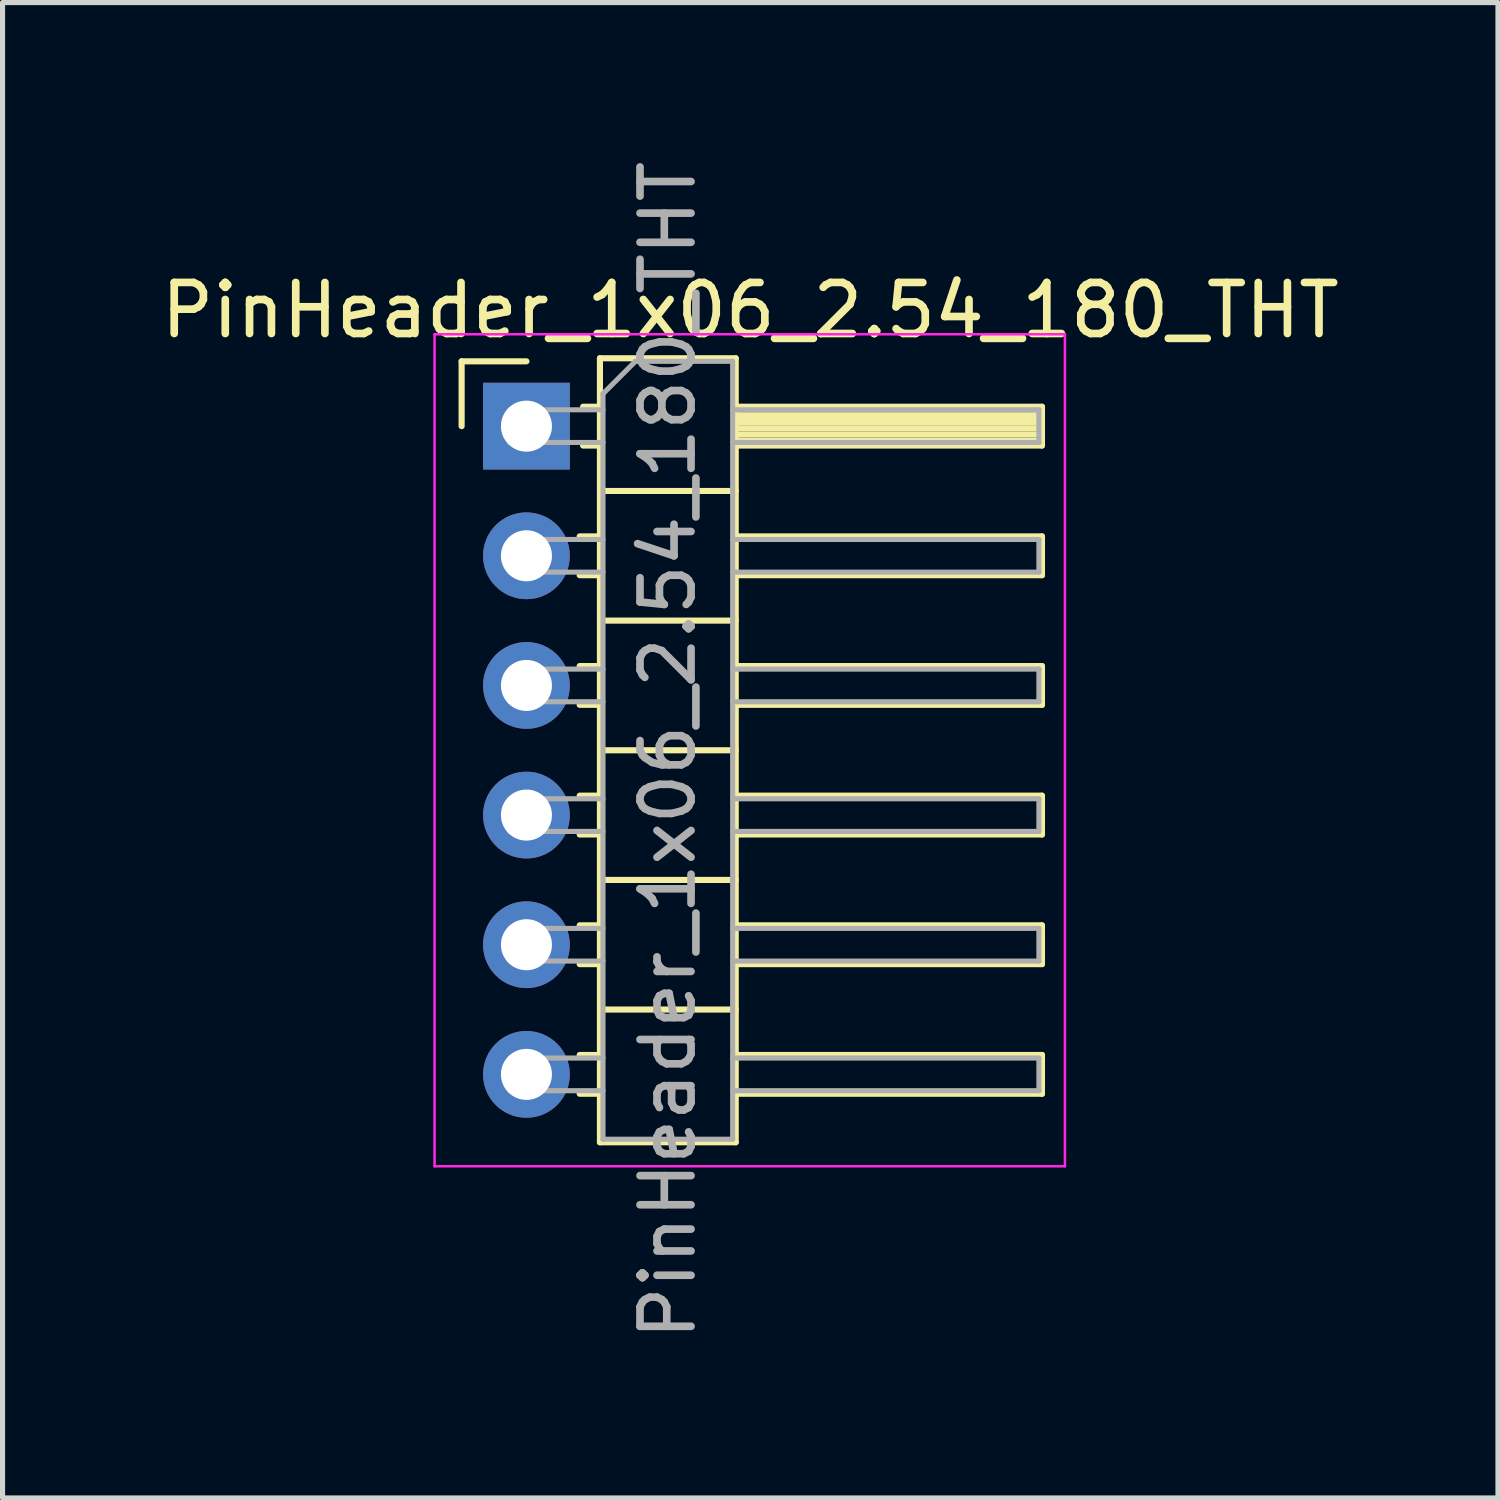
<source format=kicad_pcb>
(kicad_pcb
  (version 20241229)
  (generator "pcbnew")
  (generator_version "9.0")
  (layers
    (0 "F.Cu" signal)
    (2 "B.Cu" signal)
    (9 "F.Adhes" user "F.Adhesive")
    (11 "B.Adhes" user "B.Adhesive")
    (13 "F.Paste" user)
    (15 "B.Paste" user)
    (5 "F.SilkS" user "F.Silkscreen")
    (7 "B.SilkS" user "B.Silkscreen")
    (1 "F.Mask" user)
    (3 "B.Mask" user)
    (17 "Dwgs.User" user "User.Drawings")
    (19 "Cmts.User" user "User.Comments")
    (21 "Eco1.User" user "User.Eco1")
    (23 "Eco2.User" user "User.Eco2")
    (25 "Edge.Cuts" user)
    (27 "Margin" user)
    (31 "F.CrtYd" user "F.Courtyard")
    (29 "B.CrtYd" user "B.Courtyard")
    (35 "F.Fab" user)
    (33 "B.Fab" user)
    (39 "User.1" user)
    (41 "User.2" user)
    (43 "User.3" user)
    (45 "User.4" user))
  (footprint "PinHeader_1x06_2.54_180_THT"
    (layer "F.Cu")
    (at 7.264 5.299)
    (property "Reference" "PinHeader_1x06_2.54_180_THT" (at 4.385 -2.27 0) (layer "F.SilkS") (effects (font (size 1 1) (thickness 0.15))))
    (attr through_hole)
    (fp_line (start -1.27 -1.27) (end 0 -1.27) (stroke (width 0.12) (type solid)) (layer "F.SilkS"))
    (fp_line (start -1.27 0) (end -1.27 -1.27) (stroke (width 0.12) (type solid)) (layer "F.SilkS"))
    (fp_line (start 1.043 2.16) (end 1.44 2.16) (stroke (width 0.12) (type solid)) (layer "F.SilkS"))
    (fp_line (start 1.043 2.92) (end 1.44 2.92) (stroke (width 0.12) (type solid)) (layer "F.SilkS"))
    (fp_line (start 1.043 4.7) (end 1.44 4.7) (stroke (width 0.12) (type solid)) (layer "F.SilkS"))
    (fp_line (start 1.043 5.46) (end 1.44 5.46) (stroke (width 0.12) (type solid)) (layer "F.SilkS"))
    (fp_line (start 1.043 7.24) (end 1.44 7.24) (stroke (width 0.12) (type solid)) (layer "F.SilkS"))
    (fp_line (start 1.043 8) (end 1.44 8) (stroke (width 0.12) (type solid)) (layer "F.SilkS"))
    (fp_line (start 1.043 9.78) (end 1.44 9.78) (stroke (width 0.12) (type solid)) (layer "F.SilkS"))
    (fp_line (start 1.043 10.54) (end 1.44 10.54) (stroke (width 0.12) (type solid)) (layer "F.SilkS"))
    (fp_line (start 1.043 12.32) (end 1.44 12.32) (stroke (width 0.12) (type solid)) (layer "F.SilkS"))
    (fp_line (start 1.043 13.08) (end 1.44 13.08) (stroke (width 0.12) (type solid)) (layer "F.SilkS"))
    (fp_line (start 1.11 -0.38) (end 1.44 -0.38) (stroke (width 0.12) (type solid)) (layer "F.SilkS"))
    (fp_line (start 1.11 0.38) (end 1.44 0.38) (stroke (width 0.12) (type solid)) (layer "F.SilkS"))
    (fp_line (start 1.44 -1.33) (end 1.44 14.03) (stroke (width 0.12) (type solid)) (layer "F.SilkS"))
    (fp_line (start 1.44 1.27) (end 4.1 1.27) (stroke (width 0.12) (type solid)) (layer "F.SilkS"))
    (fp_line (start 1.44 3.81) (end 4.1 3.81) (stroke (width 0.12) (type solid)) (layer "F.SilkS"))
    (fp_line (start 1.44 6.35) (end 4.1 6.35) (stroke (width 0.12) (type solid)) (layer "F.SilkS"))
    (fp_line (start 1.44 8.89) (end 4.1 8.89) (stroke (width 0.12) (type solid)) (layer "F.SilkS"))
    (fp_line (start 1.44 11.43) (end 4.1 11.43) (stroke (width 0.12) (type solid)) (layer "F.SilkS"))
    (fp_line (start 1.44 14.03) (end 4.1 14.03) (stroke (width 0.12) (type solid)) (layer "F.SilkS"))
    (fp_line (start 4.1 -1.33) (end 1.44 -1.33) (stroke (width 0.12) (type solid)) (layer "F.SilkS"))
    (fp_line (start 4.1 -0.38) (end 10.1 -0.38) (stroke (width 0.12) (type solid)) (layer "F.SilkS"))
    (fp_line (start 4.1 -0.32) (end 10.1 -0.32) (stroke (width 0.12) (type solid)) (layer "F.SilkS"))
    (fp_line (start 4.1 -0.2) (end 10.1 -0.2) (stroke (width 0.12) (type solid)) (layer "F.SilkS"))
    (fp_line (start 4.1 -0.08) (end 10.1 -0.08) (stroke (width 0.12) (type solid)) (layer "F.SilkS"))
    (fp_line (start 4.1 0.04) (end 10.1 0.04) (stroke (width 0.12) (type solid)) (layer "F.SilkS"))
    (fp_line (start 4.1 0.16) (end 10.1 0.16) (stroke (width 0.12) (type solid)) (layer "F.SilkS"))
    (fp_line (start 4.1 0.28) (end 10.1 0.28) (stroke (width 0.12) (type solid)) (layer "F.SilkS"))
    (fp_line (start 4.1 2.16) (end 10.1 2.16) (stroke (width 0.12) (type solid)) (layer "F.SilkS"))
    (fp_line (start 4.1 4.7) (end 10.1 4.7) (stroke (width 0.12) (type solid)) (layer "F.SilkS"))
    (fp_line (start 4.1 7.24) (end 10.1 7.24) (stroke (width 0.12) (type solid)) (layer "F.SilkS"))
    (fp_line (start 4.1 9.78) (end 10.1 9.78) (stroke (width 0.12) (type solid)) (layer "F.SilkS"))
    (fp_line (start 4.1 12.32) (end 10.1 12.32) (stroke (width 0.12) (type solid)) (layer "F.SilkS"))
    (fp_line (start 4.1 14.03) (end 4.1 -1.33) (stroke (width 0.12) (type solid)) (layer "F.SilkS"))
    (fp_line (start 10.1 -0.38) (end 10.1 0.38) (stroke (width 0.12) (type solid)) (layer "F.SilkS"))
    (fp_line (start 10.1 0.38) (end 4.1 0.38) (stroke (width 0.12) (type solid)) (layer "F.SilkS"))
    (fp_line (start 10.1 2.16) (end 10.1 2.92) (stroke (width 0.12) (type solid)) (layer "F.SilkS"))
    (fp_line (start 10.1 2.92) (end 4.1 2.92) (stroke (width 0.12) (type solid)) (layer "F.SilkS"))
    (fp_line (start 10.1 4.7) (end 10.1 5.46) (stroke (width 0.12) (type solid)) (layer "F.SilkS"))
    (fp_line (start 10.1 5.46) (end 4.1 5.46) (stroke (width 0.12) (type solid)) (layer "F.SilkS"))
    (fp_line (start 10.1 7.24) (end 10.1 8) (stroke (width 0.12) (type solid)) (layer "F.SilkS"))
    (fp_line (start 10.1 8) (end 4.1 8) (stroke (width 0.12) (type solid)) (layer "F.SilkS"))
    (fp_line (start 10.1 9.78) (end 10.1 10.54) (stroke (width 0.12) (type solid)) (layer "F.SilkS"))
    (fp_line (start 10.1 10.54) (end 4.1 10.54) (stroke (width 0.12) (type solid)) (layer "F.SilkS"))
    (fp_line (start 10.1 12.32) (end 10.1 13.08) (stroke (width 0.12) (type solid)) (layer "F.SilkS"))
    (fp_line (start 10.1 13.08) (end 4.1 13.08) (stroke (width 0.12) (type solid)) (layer "F.SilkS"))
    (fp_line (start -1.8 -1.8) (end -1.8 14.5) (stroke (width 0.05) (type solid)) (layer "F.CrtYd"))
    (fp_line (start -1.8 14.5) (end 10.55 14.5) (stroke (width 0.05) (type solid)) (layer "F.CrtYd"))
    (fp_line (start 10.55 -1.8) (end -1.8 -1.8) (stroke (width 0.05) (type solid)) (layer "F.CrtYd"))
    (fp_line (start 10.55 14.5) (end 10.55 -1.8) (stroke (width 0.05) (type solid)) (layer "F.CrtYd"))
    (fp_line (start -0.32 -0.32) (end -0.32 0.32) (stroke (width 0.1) (type solid)) (layer "F.Fab"))
    (fp_line (start -0.32 -0.32) (end 1.5 -0.32) (stroke (width 0.1) (type solid)) (layer "F.Fab"))
    (fp_line (start -0.32 0.32) (end 1.5 0.32) (stroke (width 0.1) (type solid)) (layer "F.Fab"))
    (fp_line (start -0.32 2.22) (end -0.32 2.86) (stroke (width 0.1) (type solid)) (layer "F.Fab"))
    (fp_line (start -0.32 2.22) (end 1.5 2.22) (stroke (width 0.1) (type solid)) (layer "F.Fab"))
    (fp_line (start -0.32 2.86) (end 1.5 2.86) (stroke (width 0.1) (type solid)) (layer "F.Fab"))
    (fp_line (start -0.32 4.76) (end -0.32 5.4) (stroke (width 0.1) (type solid)) (layer "F.Fab"))
    (fp_line (start -0.32 4.76) (end 1.5 4.76) (stroke (width 0.1) (type solid)) (layer "F.Fab"))
    (fp_line (start -0.32 5.4) (end 1.5 5.4) (stroke (width 0.1) (type solid)) (layer "F.Fab"))
    (fp_line (start -0.32 7.3) (end -0.32 7.94) (stroke (width 0.1) (type solid)) (layer "F.Fab"))
    (fp_line (start -0.32 7.3) (end 1.5 7.3) (stroke (width 0.1) (type solid)) (layer "F.Fab"))
    (fp_line (start -0.32 7.94) (end 1.5 7.94) (stroke (width 0.1) (type solid)) (layer "F.Fab"))
    (fp_line (start -0.32 9.84) (end -0.32 10.48) (stroke (width 0.1) (type solid)) (layer "F.Fab"))
    (fp_line (start -0.32 9.84) (end 1.5 9.84) (stroke (width 0.1) (type solid)) (layer "F.Fab"))
    (fp_line (start -0.32 10.48) (end 1.5 10.48) (stroke (width 0.1) (type solid)) (layer "F.Fab"))
    (fp_line (start -0.32 12.38) (end -0.32 13.02) (stroke (width 0.1) (type solid)) (layer "F.Fab"))
    (fp_line (start -0.32 12.38) (end 1.5 12.38) (stroke (width 0.1) (type solid)) (layer "F.Fab"))
    (fp_line (start -0.32 13.02) (end 1.5 13.02) (stroke (width 0.1) (type solid)) (layer "F.Fab"))
    (fp_line (start 1.5 -0.635) (end 2.135 -1.27) (stroke (width 0.1) (type solid)) (layer "F.Fab"))
    (fp_line (start 1.5 13.97) (end 1.5 -0.635) (stroke (width 0.1) (type solid)) (layer "F.Fab"))
    (fp_line (start 2.135 -1.27) (end 4.04 -1.27) (stroke (width 0.1) (type solid)) (layer "F.Fab"))
    (fp_line (start 4.04 -1.27) (end 4.04 13.97) (stroke (width 0.1) (type solid)) (layer "F.Fab"))
    (fp_line (start 4.04 -0.32) (end 10.04 -0.32) (stroke (width 0.1) (type solid)) (layer "F.Fab"))
    (fp_line (start 4.04 0.32) (end 10.04 0.32) (stroke (width 0.1) (type solid)) (layer "F.Fab"))
    (fp_line (start 4.04 2.22) (end 10.04 2.22) (stroke (width 0.1) (type solid)) (layer "F.Fab"))
    (fp_line (start 4.04 2.86) (end 10.04 2.86) (stroke (width 0.1) (type solid)) (layer "F.Fab"))
    (fp_line (start 4.04 4.76) (end 10.04 4.76) (stroke (width 0.1) (type solid)) (layer "F.Fab"))
    (fp_line (start 4.04 5.4) (end 10.04 5.4) (stroke (width 0.1) (type solid)) (layer "F.Fab"))
    (fp_line (start 4.04 7.3) (end 10.04 7.3) (stroke (width 0.1) (type solid)) (layer "F.Fab"))
    (fp_line (start 4.04 7.94) (end 10.04 7.94) (stroke (width 0.1) (type solid)) (layer "F.Fab"))
    (fp_line (start 4.04 9.84) (end 10.04 9.84) (stroke (width 0.1) (type solid)) (layer "F.Fab"))
    (fp_line (start 4.04 10.48) (end 10.04 10.48) (stroke (width 0.1) (type solid)) (layer "F.Fab"))
    (fp_line (start 4.04 12.38) (end 10.04 12.38) (stroke (width 0.1) (type solid)) (layer "F.Fab"))
    (fp_line (start 4.04 13.02) (end 10.04 13.02) (stroke (width 0.1) (type solid)) (layer "F.Fab"))
    (fp_line (start 4.04 13.97) (end 1.5 13.97) (stroke (width 0.1) (type solid)) (layer "F.Fab"))
    (fp_line (start 10.04 -0.32) (end 10.04 0.32) (stroke (width 0.1) (type solid)) (layer "F.Fab"))
    (fp_line (start 10.04 2.22) (end 10.04 2.86) (stroke (width 0.1) (type solid)) (layer "F.Fab"))
    (fp_line (start 10.04 4.76) (end 10.04 5.4) (stroke (width 0.1) (type solid)) (layer "F.Fab"))
    (fp_line (start 10.04 7.3) (end 10.04 7.94) (stroke (width 0.1) (type solid)) (layer "F.Fab"))
    (fp_line (start 10.04 9.84) (end 10.04 10.48) (stroke (width 0.1) (type solid)) (layer "F.Fab"))
    (fp_line (start 10.04 12.38) (end 10.04 13.02) (stroke (width 0.1) (type solid)) (layer "F.Fab"))
    (fp_text user "${REFERENCE}" (at 2.77 6.35 90) (layer "F.Fab") (effects (font (size 1 1) (thickness 0.15))))
    (pad "1" thru_hole rect (at 0 0) (size 1.7 1.7) (drill 1) (layers "*.Cu" "*.Mask"))
    (pad "2" thru_hole oval (at 0 2.54) (size 1.7 1.7) (drill 1) (layers "*.Cu" "*.Mask"))
    (pad "3" thru_hole oval (at 0 5.08) (size 1.7 1.7) (drill 1) (layers "*.Cu" "*.Mask"))
    (pad "4" thru_hole oval (at 0 7.62) (size 1.7 1.7) (drill 1) (layers "*.Cu" "*.Mask"))
    (pad "5" thru_hole oval (at 0 10.16) (size 1.7 1.7) (drill 1) (layers "*.Cu" "*.Mask"))
    (pad "6" thru_hole oval (at 0 12.7) (size 1.7 1.7) (drill 1) (layers "*.Cu" "*.Mask")))
  (gr_rect
    (start -3 -3)
    (end 26.298 26.298)
    (stroke (width 0.1) (type default))
    (fill no)
    (layer "Edge.Cuts")))
</source>
